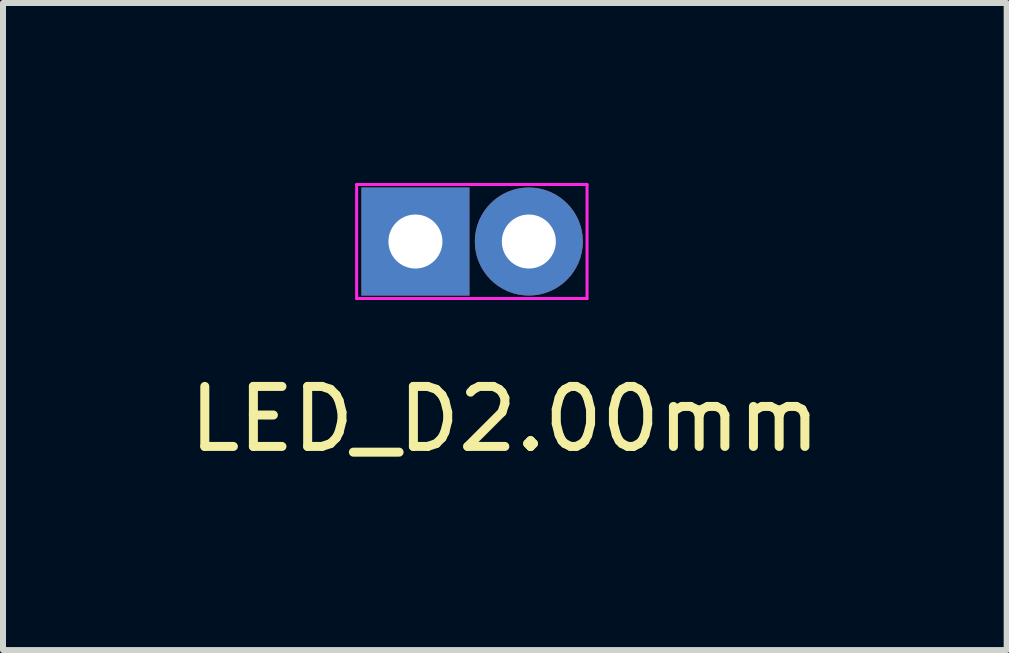
<source format=kicad_pcb>
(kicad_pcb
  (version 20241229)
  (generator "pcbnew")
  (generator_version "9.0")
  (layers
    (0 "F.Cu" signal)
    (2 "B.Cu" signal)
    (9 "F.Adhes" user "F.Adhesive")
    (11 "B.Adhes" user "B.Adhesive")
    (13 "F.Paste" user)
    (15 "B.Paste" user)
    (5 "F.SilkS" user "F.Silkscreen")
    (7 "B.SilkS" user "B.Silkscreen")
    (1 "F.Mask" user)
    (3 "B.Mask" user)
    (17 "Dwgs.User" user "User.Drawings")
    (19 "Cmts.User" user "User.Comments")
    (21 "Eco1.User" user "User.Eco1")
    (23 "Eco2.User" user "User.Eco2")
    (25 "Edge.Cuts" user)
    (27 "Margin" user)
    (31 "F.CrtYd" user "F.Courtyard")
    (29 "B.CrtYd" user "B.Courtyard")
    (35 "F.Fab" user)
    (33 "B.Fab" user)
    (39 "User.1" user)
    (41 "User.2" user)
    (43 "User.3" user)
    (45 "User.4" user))
  (footprint "LED_D2.00mm"
    (layer "F.Cu")
    (at 5.363 3.435)
    (property "Reference" "LED_D2.00mm" (at 0 0.5 0) (layer "F.SilkS") (effects (font (size 1 1) (thickness 0.15))))
    (attr through_hole)
    (fp_line (start -2.47 -3.41) (end -2.47 -1.51) (stroke (width 0.05) (type solid)) (layer "F.CrtYd"))
    (fp_line (start -2.47 -1.51) (end 1.37 -1.51) (stroke (width 0.05) (type solid)) (layer "F.CrtYd"))
    (fp_line (start 1.37 -3.41) (end -2.47 -3.41) (stroke (width 0.05) (type solid)) (layer "F.CrtYd"))
    (fp_line (start 1.37 -1.51) (end 1.37 -3.41) (stroke (width 0.05) (type solid)) (layer "F.CrtYd"))
    (pad "1" thru_hole rect (at -1.49 -2.46) (size 1.8 1.8) (drill 0.9) (layers "*.Cu" "*.Mask"))
    (pad "2" thru_hole circle (at 0.4 -2.46) (size 1.8 1.8) (drill 0.9) (layers "*.Cu" "*.Mask")))
  (gr_rect
    (start -3 -3)
    (end 13.726 7.783)
    (stroke (width 0.1) (type default))
    (fill no)
    (layer "Edge.Cuts")))
</source>
